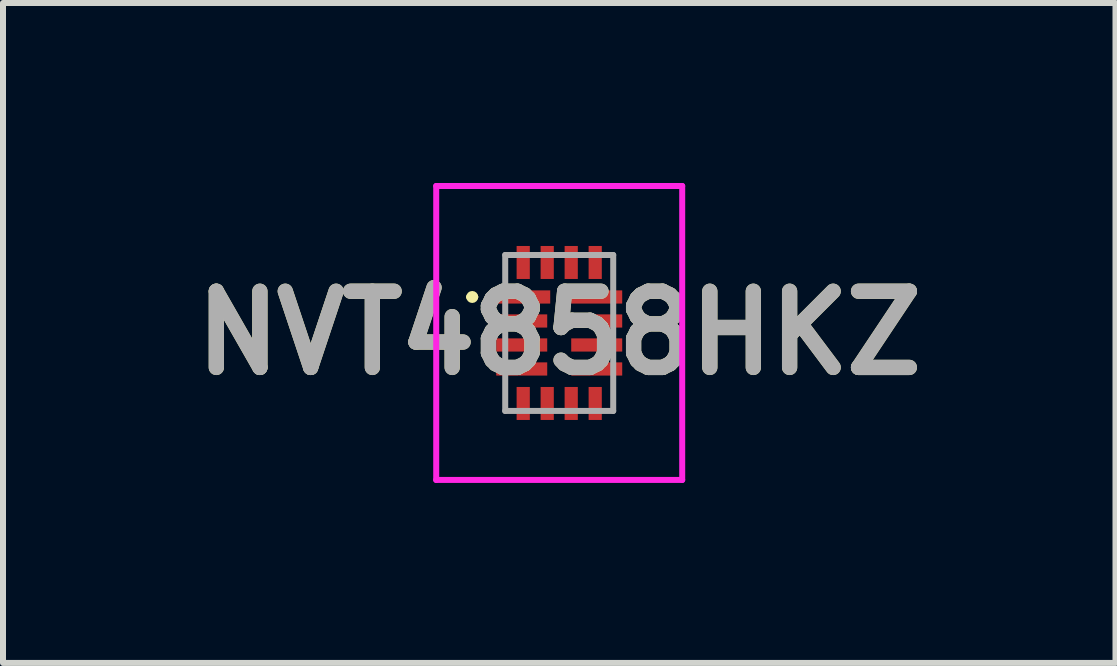
<source format=kicad_pcb>
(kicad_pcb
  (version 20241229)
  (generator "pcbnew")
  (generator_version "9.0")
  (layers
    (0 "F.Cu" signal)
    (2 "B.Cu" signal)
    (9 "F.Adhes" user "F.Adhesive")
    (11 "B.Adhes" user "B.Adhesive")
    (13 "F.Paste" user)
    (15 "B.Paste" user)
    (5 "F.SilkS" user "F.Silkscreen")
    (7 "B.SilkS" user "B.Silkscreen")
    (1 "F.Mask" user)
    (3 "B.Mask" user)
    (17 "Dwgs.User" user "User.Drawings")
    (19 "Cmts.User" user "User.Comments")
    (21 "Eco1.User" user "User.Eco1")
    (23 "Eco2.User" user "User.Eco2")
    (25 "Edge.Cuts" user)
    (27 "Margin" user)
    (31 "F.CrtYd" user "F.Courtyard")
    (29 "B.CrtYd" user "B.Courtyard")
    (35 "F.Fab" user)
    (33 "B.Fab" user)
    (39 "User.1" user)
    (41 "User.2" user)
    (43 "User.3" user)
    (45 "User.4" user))
  (footprint "NVT4858HKZ"
    (layer "F.Cu")
    (at 6.271 2.5)
    (property "Reference" "NVT4858HKZ" (at 0 0 0) (layer "F.SilkS") (effects (font (size 1.27 1.27) (thickness 0.254))))
    (attr smd)
    (fp_line (start -1.5 -0.6) (end -1.5 -0.6) (stroke (width 0.1) (type solid)) (layer "F.SilkS"))
    (fp_line (start -1.4 -0.6) (end -1.4 -0.6) (stroke (width 0.1) (type solid)) (layer "F.SilkS"))
    (fp_arc (start -1.5 -0.6) (mid -1.45 -0.65) (end -1.4 -0.6) (stroke (width 0.1) (type solid)) (layer "F.SilkS"))
    (fp_arc (start -1.4 -0.6) (mid -1.45 -0.55) (end -1.5 -0.6) (stroke (width 0.1) (type solid)) (layer "F.SilkS"))
    (fp_line (start -2.05 -2.45) (end 2.05 -2.45) (stroke (width 0.1) (type solid)) (layer "F.CrtYd"))
    (fp_line (start -2.05 2.45) (end -2.05 -2.45) (stroke (width 0.1) (type solid)) (layer "F.CrtYd"))
    (fp_line (start 2.05 -2.45) (end 2.05 2.45) (stroke (width 0.1) (type solid)) (layer "F.CrtYd"))
    (fp_line (start 2.05 2.45) (end -2.05 2.45) (stroke (width 0.1) (type solid)) (layer "F.CrtYd"))
    (fp_line (start -0.9 -1.3) (end 0.9 -1.3) (stroke (width 0.1) (type solid)) (layer "F.Fab"))
    (fp_line (start -0.9 1.3) (end -0.9 -1.3) (stroke (width 0.1) (type solid)) (layer "F.Fab"))
    (fp_line (start 0.9 -1.3) (end 0.9 1.3) (stroke (width 0.1) (type solid)) (layer "F.Fab"))
    (fp_line (start 0.9 1.3) (end -0.9 1.3) (stroke (width 0.1) (type solid)) (layer "F.Fab"))
    (fp_text user "${REFERENCE}" (at 0 0 0) (layer "F.Fab") (effects (font (size 1.27 1.27) (thickness 0.254))))
    (pad "1" smd rect (at -0.6 -0.6 90) (size 0.22 0.9) (layers "F.Cu" "F.Mask" "F.Paste"))
    (pad "2" smd rect (at -0.625 -0.2 90) (size 0.22 0.85) (layers "F.Cu" "F.Mask" "F.Paste"))
    (pad "3" smd rect (at -0.625 0.2 90) (size 0.22 0.85) (layers "F.Cu" "F.Mask" "F.Paste"))
    (pad "4" smd rect (at -0.625 0.6 90) (size 0.22 0.85) (layers "F.Cu" "F.Mask" "F.Paste"))
    (pad "5" smd rect (at -0.6 1.175) (size 0.22 0.55) (layers "F.Cu" "F.Mask" "F.Paste"))
    (pad "6" smd rect (at -0.2 1.175) (size 0.22 0.55) (layers "F.Cu" "F.Mask" "F.Paste"))
    (pad "7" smd rect (at 0.2 1.175) (size 0.22 0.55) (layers "F.Cu" "F.Mask" "F.Paste"))
    (pad "8" smd rect (at 0.6 1.175) (size 0.22 0.55) (layers "F.Cu" "F.Mask" "F.Paste"))
    (pad "9" smd rect (at 0.625 0.6 90) (size 0.22 0.85) (layers "F.Cu" "F.Mask" "F.Paste"))
    (pad "10" smd rect (at 0.625 0.2 90) (size 0.22 0.85) (layers "F.Cu" "F.Mask" "F.Paste"))
    (pad "11" smd rect (at 0.625 -0.2 90) (size 0.22 0.85) (layers "F.Cu" "F.Mask" "F.Paste"))
    (pad "12" smd rect (at 0.625 -0.6 90) (size 0.22 0.85) (layers "F.Cu" "F.Mask" "F.Paste"))
    (pad "13" smd rect (at 0.6 -1.175) (size 0.22 0.55) (layers "F.Cu" "F.Mask" "F.Paste"))
    (pad "14" smd rect (at 0.2 -1.175) (size 0.22 0.55) (layers "F.Cu" "F.Mask" "F.Paste"))
    (pad "15" smd rect (at -0.2 -1.175) (size 0.22 0.55) (layers "F.Cu" "F.Mask" "F.Paste"))
    (pad "16" smd rect (at -0.6 -1.175) (size 0.22 0.55) (layers "F.Cu" "F.Mask" "F.Paste")))
  (gr_rect
    (start -3 -3)
    (end 15.543 8)
    (stroke (width 0.1) (type default))
    (fill no)
    (layer "Edge.Cuts")))
</source>
